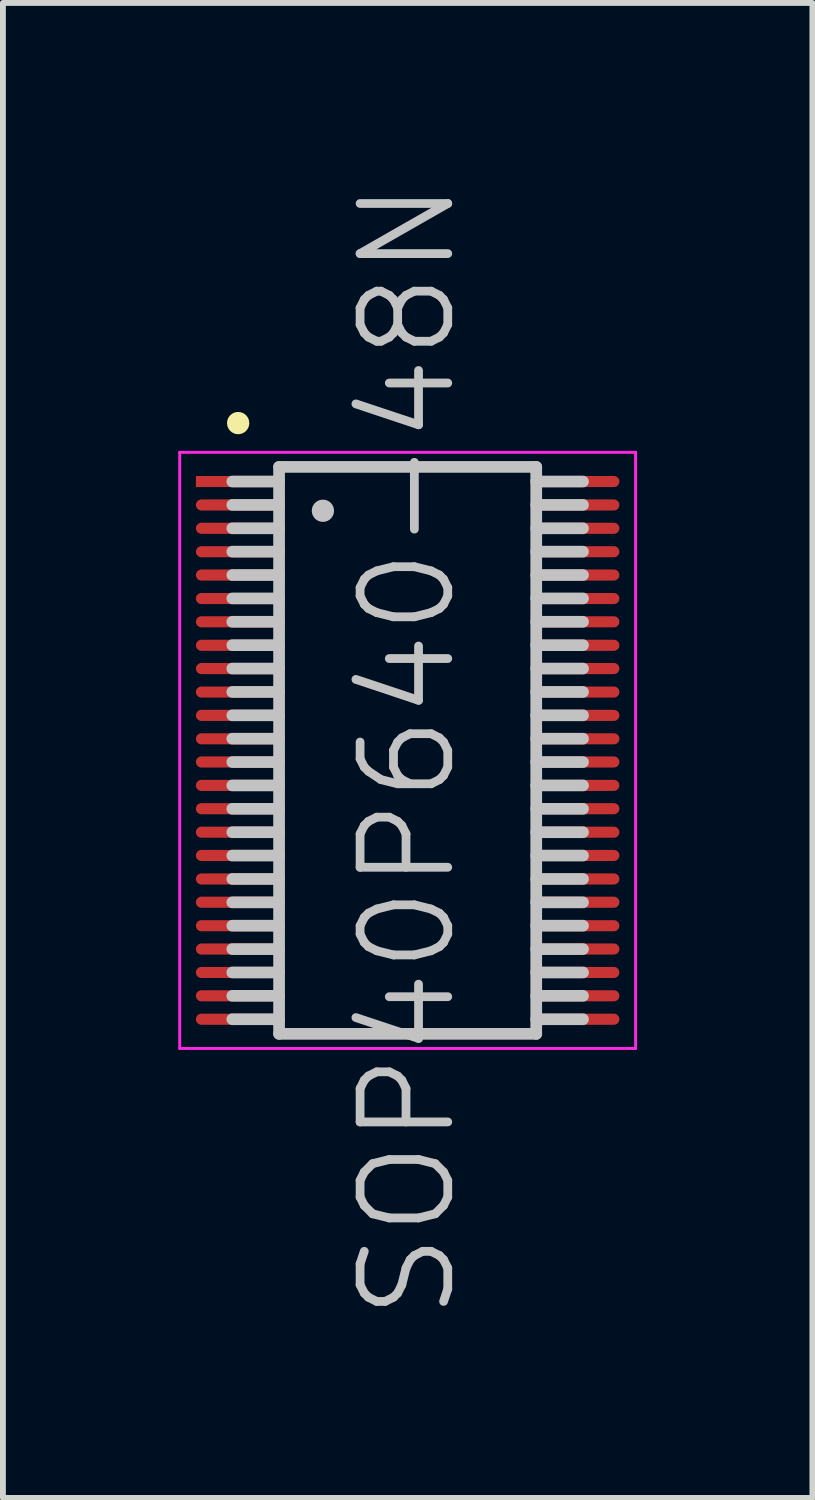
<source format=kicad_pcb>
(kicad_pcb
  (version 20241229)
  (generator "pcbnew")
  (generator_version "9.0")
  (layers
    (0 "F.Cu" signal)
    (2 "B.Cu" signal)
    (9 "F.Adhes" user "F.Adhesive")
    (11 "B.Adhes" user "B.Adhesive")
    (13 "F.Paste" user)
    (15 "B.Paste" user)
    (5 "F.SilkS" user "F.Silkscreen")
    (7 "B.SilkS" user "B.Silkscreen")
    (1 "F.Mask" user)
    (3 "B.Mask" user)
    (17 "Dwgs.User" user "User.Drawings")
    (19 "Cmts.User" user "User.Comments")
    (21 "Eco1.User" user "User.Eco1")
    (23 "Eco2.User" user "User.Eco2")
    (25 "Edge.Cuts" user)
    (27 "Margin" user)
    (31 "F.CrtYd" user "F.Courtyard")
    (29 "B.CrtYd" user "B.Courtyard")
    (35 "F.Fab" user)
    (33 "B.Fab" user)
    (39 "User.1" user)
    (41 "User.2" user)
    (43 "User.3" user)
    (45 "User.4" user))
  (footprint "SOP40P640-48N"
    (layer "F.Cu")
    (at 3.925 9.789)
    (property "Reference" "SOP40P640-48N" (at 0 0 90) (layer "Dwgs.User") (effects (font (size 1.5 1.5) (thickness 0.15))))
    (attr smd)
    (fp_line (start -2.9 -5.6) (end -2.9 -5.6) (stroke (width 0.381) (type solid)) (layer "F.SilkS"))
    (fp_line (start -2.2 -4.85) (end -2.2 4.85) (stroke (width 0.2) (type solid)) (layer "Dwgs.User"))
    (fp_line (start -2.2 -4.85) (end 2.2 -4.85) (stroke (width 0.2) (type solid)) (layer "Dwgs.User"))
    (fp_line (start -2.2 -4.6) (end -3 -4.6) (stroke (width 0.2) (type solid)) (layer "Dwgs.User"))
    (fp_line (start -2.2 -4.2) (end -3 -4.2) (stroke (width 0.2) (type solid)) (layer "Dwgs.User"))
    (fp_line (start -2.2 -3.8) (end -3 -3.8) (stroke (width 0.2) (type solid)) (layer "Dwgs.User"))
    (fp_line (start -2.2 -3.4) (end -3 -3.4) (stroke (width 0.2) (type solid)) (layer "Dwgs.User"))
    (fp_line (start -2.2 -3) (end -3 -3) (stroke (width 0.2) (type solid)) (layer "Dwgs.User"))
    (fp_line (start -2.2 -2.6) (end -3 -2.6) (stroke (width 0.2) (type solid)) (layer "Dwgs.User"))
    (fp_line (start -2.2 -2.2) (end -3 -2.2) (stroke (width 0.2) (type solid)) (layer "Dwgs.User"))
    (fp_line (start -2.2 -1.8) (end -3 -1.8) (stroke (width 0.2) (type solid)) (layer "Dwgs.User"))
    (fp_line (start -2.2 -1.4) (end -3 -1.4) (stroke (width 0.2) (type solid)) (layer "Dwgs.User"))
    (fp_line (start -2.2 -1) (end -3 -1) (stroke (width 0.2) (type solid)) (layer "Dwgs.User"))
    (fp_line (start -2.2 -0.6) (end -3 -0.6) (stroke (width 0.2) (type solid)) (layer "Dwgs.User"))
    (fp_line (start -2.2 -0.2) (end -3 -0.2) (stroke (width 0.2) (type solid)) (layer "Dwgs.User"))
    (fp_line (start -2.2 0.2) (end -3 0.2) (stroke (width 0.2) (type solid)) (layer "Dwgs.User"))
    (fp_line (start -2.2 0.6) (end -3 0.6) (stroke (width 0.2) (type solid)) (layer "Dwgs.User"))
    (fp_line (start -2.2 1) (end -3 1) (stroke (width 0.2) (type solid)) (layer "Dwgs.User"))
    (fp_line (start -2.2 1.4) (end -3 1.4) (stroke (width 0.2) (type solid)) (layer "Dwgs.User"))
    (fp_line (start -2.2 1.8) (end -3 1.8) (stroke (width 0.2) (type solid)) (layer "Dwgs.User"))
    (fp_line (start -2.2 2.2) (end -3 2.2) (stroke (width 0.2) (type solid)) (layer "Dwgs.User"))
    (fp_line (start -2.2 2.6) (end -3 2.6) (stroke (width 0.2) (type solid)) (layer "Dwgs.User"))
    (fp_line (start -2.2 3) (end -3 3) (stroke (width 0.2) (type solid)) (layer "Dwgs.User"))
    (fp_line (start -2.2 3.4) (end -3 3.4) (stroke (width 0.2) (type solid)) (layer "Dwgs.User"))
    (fp_line (start -2.2 3.8) (end -3 3.8) (stroke (width 0.2) (type solid)) (layer "Dwgs.User"))
    (fp_line (start -2.2 4.2) (end -3 4.2) (stroke (width 0.2) (type solid)) (layer "Dwgs.User"))
    (fp_line (start -2.2 4.6) (end -3 4.6) (stroke (width 0.2) (type solid)) (layer "Dwgs.User"))
    (fp_line (start -2.2 4.85) (end 2.2 4.85) (stroke (width 0.2) (type solid)) (layer "Dwgs.User"))
    (fp_line (start -1.45 -4.1) (end -1.45 -4.1) (stroke (width 0.381) (type solid)) (layer "Dwgs.User"))
    (fp_line (start 2.2 -4.85) (end 2.2 4.85) (stroke (width 0.2) (type solid)) (layer "Dwgs.User"))
    (fp_line (start 3 -4.6) (end 2.2 -4.6) (stroke (width 0.2) (type solid)) (layer "Dwgs.User"))
    (fp_line (start 3 -4.2) (end 2.2 -4.2) (stroke (width 0.2) (type solid)) (layer "Dwgs.User"))
    (fp_line (start 3 -3.8) (end 2.2 -3.8) (stroke (width 0.2) (type solid)) (layer "Dwgs.User"))
    (fp_line (start 3 -3.4) (end 2.2 -3.4) (stroke (width 0.2) (type solid)) (layer "Dwgs.User"))
    (fp_line (start 3 -3) (end 2.2 -3) (stroke (width 0.2) (type solid)) (layer "Dwgs.User"))
    (fp_line (start 3 -2.6) (end 2.2 -2.6) (stroke (width 0.2) (type solid)) (layer "Dwgs.User"))
    (fp_line (start 3 -2.2) (end 2.2 -2.2) (stroke (width 0.2) (type solid)) (layer "Dwgs.User"))
    (fp_line (start 3 -1.8) (end 2.2 -1.8) (stroke (width 0.2) (type solid)) (layer "Dwgs.User"))
    (fp_line (start 3 -1.4) (end 2.2 -1.4) (stroke (width 0.2) (type solid)) (layer "Dwgs.User"))
    (fp_line (start 3 -1) (end 2.2 -1) (stroke (width 0.2) (type solid)) (layer "Dwgs.User"))
    (fp_line (start 3 -0.6) (end 2.2 -0.6) (stroke (width 0.2) (type solid)) (layer "Dwgs.User"))
    (fp_line (start 3 -0.2) (end 2.2 -0.2) (stroke (width 0.2) (type solid)) (layer "Dwgs.User"))
    (fp_line (start 3 0.2) (end 2.2 0.2) (stroke (width 0.2) (type solid)) (layer "Dwgs.User"))
    (fp_line (start 3 0.6) (end 2.2 0.6) (stroke (width 0.2) (type solid)) (layer "Dwgs.User"))
    (fp_line (start 3 1) (end 2.2 1) (stroke (width 0.2) (type solid)) (layer "Dwgs.User"))
    (fp_line (start 3 1.4) (end 2.2 1.4) (stroke (width 0.2) (type solid)) (layer "Dwgs.User"))
    (fp_line (start 3 1.8) (end 2.2 1.8) (stroke (width 0.2) (type solid)) (layer "Dwgs.User"))
    (fp_line (start 3 2.2) (end 2.2 2.2) (stroke (width 0.2) (type solid)) (layer "Dwgs.User"))
    (fp_line (start 3 2.6) (end 2.2 2.6) (stroke (width 0.2) (type solid)) (layer "Dwgs.User"))
    (fp_line (start 3 3) (end 2.2 3) (stroke (width 0.2) (type solid)) (layer "Dwgs.User"))
    (fp_line (start 3 3.4) (end 2.2 3.4) (stroke (width 0.2) (type solid)) (layer "Dwgs.User"))
    (fp_line (start 3 3.8) (end 2.2 3.8) (stroke (width 0.2) (type solid)) (layer "Dwgs.User"))
    (fp_line (start 3 4.2) (end 2.2 4.2) (stroke (width 0.2) (type solid)) (layer "Dwgs.User"))
    (fp_line (start 3 4.6) (end 2.2 4.6) (stroke (width 0.2) (type solid)) (layer "Dwgs.User"))
    (fp_line (start -3.9 -5.1) (end -3.9 5.1) (stroke (width 0.05) (type solid)) (layer "F.CrtYd"))
    (fp_line (start -3.9 -5.1) (end 3.9 -5.1) (stroke (width 0.05) (type solid)) (layer "F.CrtYd"))
    (fp_line (start -3.9 5.1) (end 3.9 5.1) (stroke (width 0.05) (type solid)) (layer "F.CrtYd"))
    (fp_line (start 3.9 -5.1) (end 3.9 5.1) (stroke (width 0.05) (type solid)) (layer "F.CrtYd"))
    (pad "1" smd rect (at -2.898 -4.6 90) (size 0.19 1.45) (layers "F.Cu" "F.Mask" "F.Paste"))
    (pad "2" smd oval (at -2.898 -4.199 90) (size 0.19 1.45) (layers "F.Cu" "F.Mask" "F.Paste"))
    (pad "3" smd oval (at -2.898 -3.8 90) (size 0.19 1.45) (layers "F.Cu" "F.Mask" "F.Paste"))
    (pad "4" smd oval (at -2.898 -3.399 90) (size 0.19 1.45) (layers "F.Cu" "F.Mask" "F.Paste"))
    (pad "5" smd oval (at -2.898 -3 90) (size 0.19 1.45) (layers "F.Cu" "F.Mask" "F.Paste"))
    (pad "6" smd oval (at -2.898 -2.598 90) (size 0.19 1.45) (layers "F.Cu" "F.Mask" "F.Paste"))
    (pad "7" smd oval (at -2.898 -2.2 90) (size 0.19 1.45) (layers "F.Cu" "F.Mask" "F.Paste"))
    (pad "8" smd oval (at -2.898 -1.798 90) (size 0.19 1.45) (layers "F.Cu" "F.Mask" "F.Paste"))
    (pad "9" smd oval (at -2.898 -1.4 90) (size 0.19 1.45) (layers "F.Cu" "F.Mask" "F.Paste"))
    (pad "10" smd oval (at -2.898 -0.998 90) (size 0.19 1.45) (layers "F.Cu" "F.Mask" "F.Paste"))
    (pad "11" smd oval (at -2.898 -0.599 90) (size 0.19 1.45) (layers "F.Cu" "F.Mask" "F.Paste"))
    (pad "12" smd oval (at -2.898 -0.198 90) (size 0.19 1.45) (layers "F.Cu" "F.Mask" "F.Paste"))
    (pad "13" smd oval (at -2.898 0.198 90) (size 0.19 1.45) (layers "F.Cu" "F.Mask" "F.Paste"))
    (pad "14" smd oval (at -2.898 0.599 90) (size 0.19 1.45) (layers "F.Cu" "F.Mask" "F.Paste"))
    (pad "15" smd oval (at -2.898 0.998 90) (size 0.19 1.45) (layers "F.Cu" "F.Mask" "F.Paste"))
    (pad "16" smd oval (at -2.898 1.4 90) (size 0.19 1.45) (layers "F.Cu" "F.Mask" "F.Paste"))
    (pad "17" smd oval (at -2.898 1.798 90) (size 0.19 1.45) (layers "F.Cu" "F.Mask" "F.Paste"))
    (pad "18" smd oval (at -2.898 2.2 90) (size 0.19 1.45) (layers "F.Cu" "F.Mask" "F.Paste"))
    (pad "19" smd oval (at -2.898 2.598 90) (size 0.19 1.45) (layers "F.Cu" "F.Mask" "F.Paste"))
    (pad "20" smd oval (at -2.898 3 90) (size 0.19 1.45) (layers "F.Cu" "F.Mask" "F.Paste"))
    (pad "21" smd oval (at -2.898 3.399 90) (size 0.19 1.45) (layers "F.Cu" "F.Mask" "F.Paste"))
    (pad "22" smd oval (at -2.898 3.8 90) (size 0.19 1.45) (layers "F.Cu" "F.Mask" "F.Paste"))
    (pad "23" smd oval (at -2.898 4.199 90) (size 0.19 1.45) (layers "F.Cu" "F.Mask" "F.Paste"))
    (pad "24" smd oval (at -2.898 4.6 90) (size 0.19 1.45) (layers "F.Cu" "F.Mask" "F.Paste"))
    (pad "25" smd oval (at 2.898 4.6 270) (size 0.19 1.45) (layers "F.Cu" "F.Mask" "F.Paste"))
    (pad "26" smd oval (at 2.898 4.199 270) (size 0.19 1.45) (layers "F.Cu" "F.Mask" "F.Paste"))
    (pad "27" smd oval (at 2.898 3.8 270) (size 0.19 1.45) (layers "F.Cu" "F.Mask" "F.Paste"))
    (pad "28" smd oval (at 2.898 3.399 270) (size 0.19 1.45) (layers "F.Cu" "F.Mask" "F.Paste"))
    (pad "29" smd oval (at 2.898 3 270) (size 0.19 1.45) (layers "F.Cu" "F.Mask" "F.Paste"))
    (pad "30" smd oval (at 2.898 2.598 270) (size 0.19 1.45) (layers "F.Cu" "F.Mask" "F.Paste"))
    (pad "31" smd oval (at 2.898 2.2 270) (size 0.19 1.45) (layers "F.Cu" "F.Mask" "F.Paste"))
    (pad "32" smd oval (at 2.898 1.798 270) (size 0.19 1.45) (layers "F.Cu" "F.Mask" "F.Paste"))
    (pad "33" smd oval (at 2.898 1.4 270) (size 0.19 1.45) (layers "F.Cu" "F.Mask" "F.Paste"))
    (pad "34" smd oval (at 2.898 0.998 270) (size 0.19 1.45) (layers "F.Cu" "F.Mask" "F.Paste"))
    (pad "35" smd oval (at 2.898 0.599 270) (size 0.19 1.45) (layers "F.Cu" "F.Mask" "F.Paste"))
    (pad "36" smd oval (at 2.898 0.198 270) (size 0.19 1.45) (layers "F.Cu" "F.Mask" "F.Paste"))
    (pad "37" smd oval (at 2.898 -0.198 270) (size 0.19 1.45) (layers "F.Cu" "F.Mask" "F.Paste"))
    (pad "38" smd oval (at 2.898 -0.599 270) (size 0.19 1.45) (layers "F.Cu" "F.Mask" "F.Paste"))
    (pad "39" smd oval (at 2.898 -0.998 270) (size 0.19 1.45) (layers "F.Cu" "F.Mask" "F.Paste"))
    (pad "40" smd oval (at 2.898 -1.4 270) (size 0.19 1.45) (layers "F.Cu" "F.Mask" "F.Paste"))
    (pad "41" smd oval (at 2.898 -1.798 270) (size 0.19 1.45) (layers "F.Cu" "F.Mask" "F.Paste"))
    (pad "42" smd oval (at 2.898 -2.2 270) (size 0.19 1.45) (layers "F.Cu" "F.Mask" "F.Paste"))
    (pad "43" smd oval (at 2.898 -2.598 270) (size 0.19 1.45) (layers "F.Cu" "F.Mask" "F.Paste"))
    (pad "44" smd oval (at 2.898 -3 270) (size 0.19 1.45) (layers "F.Cu" "F.Mask" "F.Paste"))
    (pad "45" smd oval (at 2.898 -3.399 270) (size 0.19 1.45) (layers "F.Cu" "F.Mask" "F.Paste"))
    (pad "46" smd oval (at 2.898 -3.8 270) (size 0.19 1.45) (layers "F.Cu" "F.Mask" "F.Paste"))
    (pad "47" smd oval (at 2.898 -4.199 270) (size 0.19 1.45) (layers "F.Cu" "F.Mask" "F.Paste"))
    (pad "48" smd oval (at 2.898 -4.6 270) (size 0.19 1.45) (layers "F.Cu" "F.Mask" "F.Paste")))
  (gr_rect
    (start -3 -3)
    (end 10.85 22.579)
    (stroke (width 0.1) (type default))
    (fill no)
    (layer "Edge.Cuts")))
</source>
